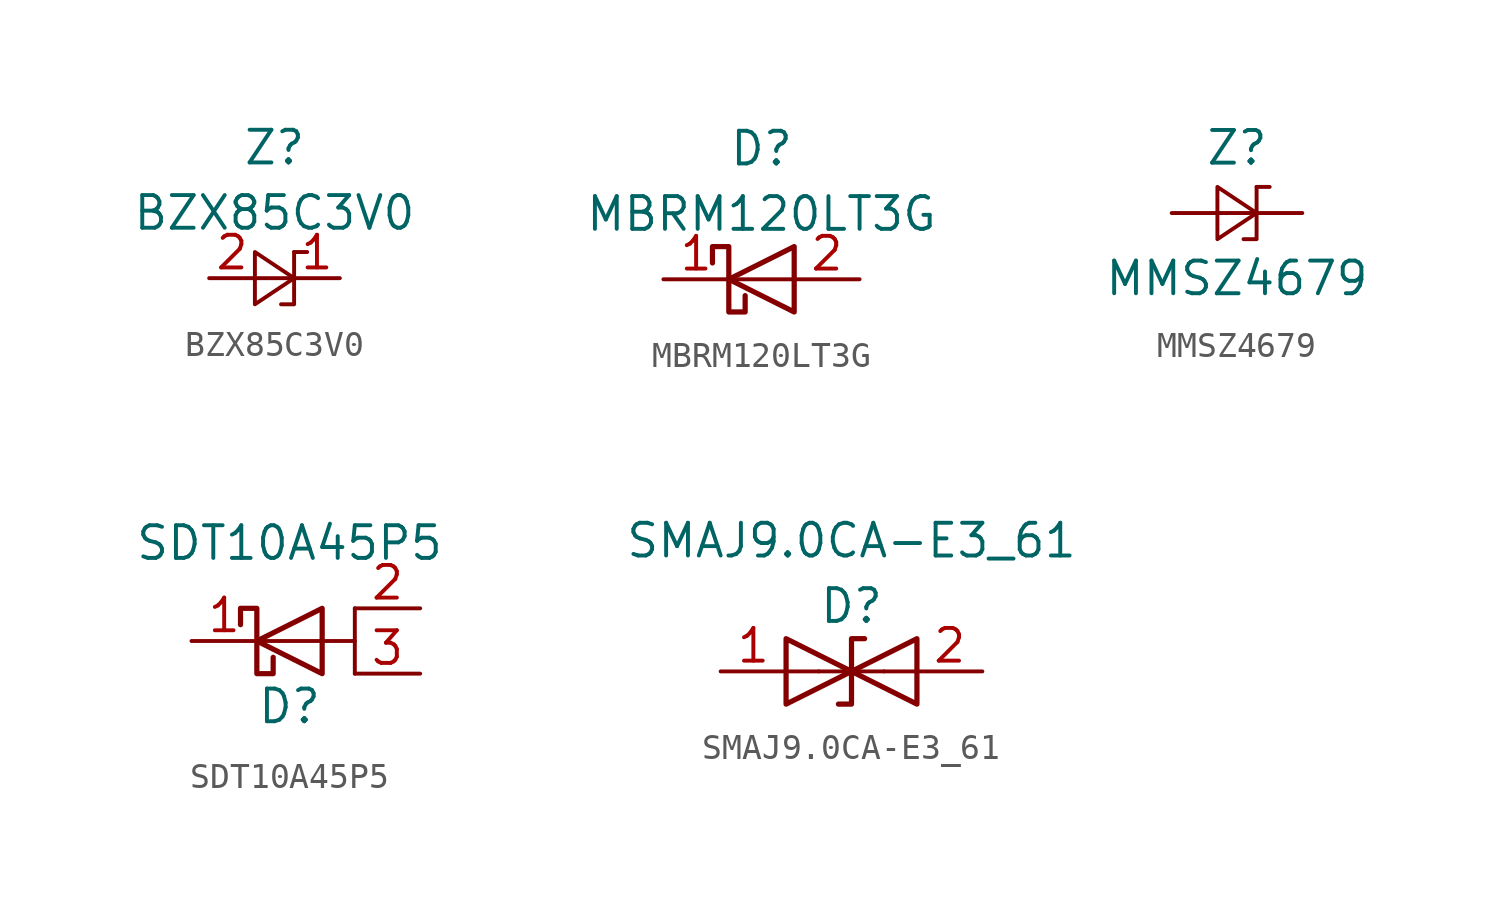
<source format=kicad_sym>
(kicad_symbol_lib
  (version 20211014)
  (generator kicad_symbol_editor)
  (symbol "BZX85C3V0"
    (pin_names
      (offset 1.016))
    (property "Reference" "Z"
      (at 0 5.08 0)
      (effects (font (size 1.27 1.27))))
    (property "Value" "BZX85C3V0"
      (at 0 2.54 0)
      (effects (font (size 1.27 1.27))))
    (symbol "BZX85C3V0_0_1"
      (polyline (pts (xy 0.762 1.016) (xy 1.27 1.016)) (stroke (width 0) (type default) (color 0 0 0 0)) (fill (type none))))
    (symbol "BZX85C3V0_1_1"
      (polyline (pts (xy -0.762 0) (xy 0.762 0)) (stroke (width 0) (type default) (color 0 0 0 0)) (fill (type none)))
      (polyline (pts (xy 0.254 -1.016) (xy 0.762 -1.016) (xy 0.762 1.016)) (stroke (width 0) (type default) (color 0 0 0 0)) (fill (type none)))
      (polyline (pts (xy -0.762 -1.016) (xy 0.762 0) (xy -0.762 1.016) (xy -0.762 -1.016)) (stroke (width 0) (type default) (color 0 0 0 0)) (fill (type none)))
      (pin passive line (at 2.54 0 180) (length 1.778) (name "~" (effects (font (size 1.27 1.27)))) (number "1" (effects (font (size 1.27 1.27)))))
      (pin passive line (at -2.54 0 0) (length 1.778) (name "~" (effects (font (size 1.27 1.27)))) (number "2" (effects (font (size 1.27 1.27)))))))
  (symbol "MBRM120LT3G"
    (pin_names
      (offset 1.016))
    (property "Reference" "D"
      (at 0 5.08 0)
      (effects (font (size 1.27 1.27))))
    (property "Value" "MBRM120LT3G"
      (at 0 2.54 0)
      (effects (font (size 1.27 1.27))))
    (symbol "MBRM120LT3G_1_1"
      (polyline (pts (xy 1.27 0) (xy -1.27 0)) (stroke (width 0) (type default) (color 0 0 0 0)) (fill (type none)))
      (polyline (pts (xy 1.27 1.27) (xy 1.27 -1.27) (xy -1.27 0) (xy 1.27 1.27)) (stroke (width 0.203) (type default) (color 0 0 0 0)) (fill (type none)))
      (polyline (pts (xy -1.905 0.635) (xy -1.905 1.27) (xy -1.27 1.27) (xy -1.27 -1.27) (xy -0.635 -1.27) (xy -0.635 -0.635)) (stroke (width 0.203) (type default) (color 0 0 0 0)) (fill (type none)))
      (pin passive line (at -3.81 0 0) (length 2.54) (name "~" (effects (font (size 1.27 1.27)))) (number "1" (effects (font (size 1.27 1.27)))))
      (pin passive line (at 3.81 0 180) (length 2.54) (name "~" (effects (font (size 1.27 1.27)))) (number "2" (effects (font (size 1.27 1.27)))))))
  (symbol "MMSZ4679"
    (pin_numbers hide)
    (property "Reference" "Z"
      (at 0 2.54 0)
      (effects (font (size 1.27 1.27))))
    (property "Value" "MMSZ4679"
      (at 0 -2.54 0)
      (effects (font (size 1.27 1.27))))
    (symbol "MMSZ4679_0_1"
      (polyline (pts (xy 0.762 1.016) (xy 1.27 1.016)) (stroke (width 0) (type default) (color 0 0 0 0)) (fill (type none))))
    (symbol "MMSZ4679_1_1"
      (polyline (pts (xy -0.762 0) (xy 0.762 0)) (stroke (width 0) (type default) (color 0 0 0 0)) (fill (type none)))
      (polyline (pts (xy 0.254 -1.016) (xy 0.762 -1.016) (xy 0.762 1.016)) (stroke (width 0) (type default) (color 0 0 0 0)) (fill (type none)))
      (polyline (pts (xy -0.762 -1.016) (xy 0.762 0) (xy -0.762 1.016) (xy -0.762 -1.016)) (stroke (width 0) (type default) (color 0 0 0 0)) (fill (type none)))
      (pin passive line (at 2.54 0 180) (length 1.778) (name "~" (effects (font (size 1.27 1.27)))) (number "1" (effects (font (size 1.27 1.27)))))
      (pin passive line (at -2.54 0 0) (length 1.778) (name "~" (effects (font (size 1.27 1.27)))) (number "2" (effects (font (size 1.27 1.27)))))))
  (symbol "SDT10A45P5"
    (pin_names
      (offset 1.016))
    (property "Reference" "D"
      (at 0 -2.54 0)
      (effects (font (size 1.27 1.27))))
    (property "Value" "SDT10A45P5"
      (at 0 3.81 0)
      (effects (font (size 1.27 1.27))))
    (symbol "SDT10A45P5_0_1"
      (polyline (pts (xy 2.54 0) (xy 2.54 1.27)) (stroke (width 0) (type default) (color 0 0 0 0)) (fill (type none)))
      (polyline (pts (xy 2.54 -1.27) (xy 2.54 0) (xy 1.27 0)) (stroke (width 0) (type default) (color 0 0 0 0)) (fill (type none))))
    (symbol "SDT10A45P5_1_1"
      (polyline (pts (xy 1.27 0) (xy -1.27 0)) (stroke (width 0) (type default) (color 0 0 0 0)) (fill (type none)))
      (polyline (pts (xy 1.27 1.27) (xy 1.27 -1.27) (xy -1.27 0) (xy 1.27 1.27)) (stroke (width 0.203) (type default) (color 0 0 0 0)) (fill (type none)))
      (polyline (pts (xy -1.905 0.635) (xy -1.905 1.27) (xy -1.27 1.27) (xy -1.27 -1.27) (xy -0.635 -1.27) (xy -0.635 -0.635)) (stroke (width 0.203) (type default) (color 0 0 0 0)) (fill (type none)))
      (pin passive line (at -3.81 0 0) (length 2.54) (name "~" (effects (font (size 1.27 1.27)))) (number "1" (effects (font (size 1.27 1.27)))))
      (pin passive line (at 5.08 1.27 180) (length 2.54) (name "~" (effects (font (size 1.27 1.27)))) (number "2" (effects (font (size 1.27 1.27)))))
      (pin passive line (at 5.08 -1.27 180) (length 2.54) (name "~" (effects (font (size 1.27 1.27)))) (number "3" (effects (font (size 1.27 1.27)))))))
  (symbol "SMAJ9.0CA-E3_61"
    (pin_names
      (offset 1.016))
    (property "Reference" "D"
      (at 0 2.54 0)
      (effects (font (size 1.27 1.27))))
    (property "Value" "SMAJ9.0CA-E3_61"
      (at 0 5.08 0)
      (effects (font (size 1.27 1.27))))
    (symbol "SMAJ9.0CA-E3_61_0_1"
      (polyline (pts (xy -1.27 0) (xy -2.54 0)) (stroke (width 0) (type default) (color 0 0 0 0)) (fill (type none)))
      (polyline (pts (xy 2.54 0) (xy 1.27 0)) (stroke (width 0) (type default) (color 0 0 0 0)) (fill (type none))))
    (symbol "SMAJ9.0CA-E3_61_1_1"
      (polyline (pts (xy 1.27 0) (xy -1.27 0)) (stroke (width 0) (type default) (color 0 0 0 0)) (fill (type none)))
      (polyline (pts (xy -2.54 -1.27) (xy 0 0) (xy -2.54 1.27) (xy -2.54 -1.27)) (stroke (width 0.203) (type default) (color 0 0 0 0)) (fill (type none)))
      (polyline (pts (xy 0.508 1.27) (xy 0 1.27) (xy 0 -1.27) (xy -0.508 -1.27)) (stroke (width 0.203) (type default) (color 0 0 0 0)) (fill (type none)))
      (polyline (pts (xy 2.54 1.27) (xy 2.54 -1.27) (xy 0 0) (xy 2.54 1.27)) (stroke (width 0.203) (type default) (color 0 0 0 0)) (fill (type none)))
      (pin passive line (at -5.08 0 0) (length 2.54) (name "~" (effects (font (size 1.27 1.27)))) (number "1" (effects (font (size 1.27 1.27)))))
      (pin passive line (at 5.08 0 180) (length 2.54) (name "~" (effects (font (size 1.27 1.27)))) (number "2" (effects (font (size 1.27 1.27))))))))
</source>
